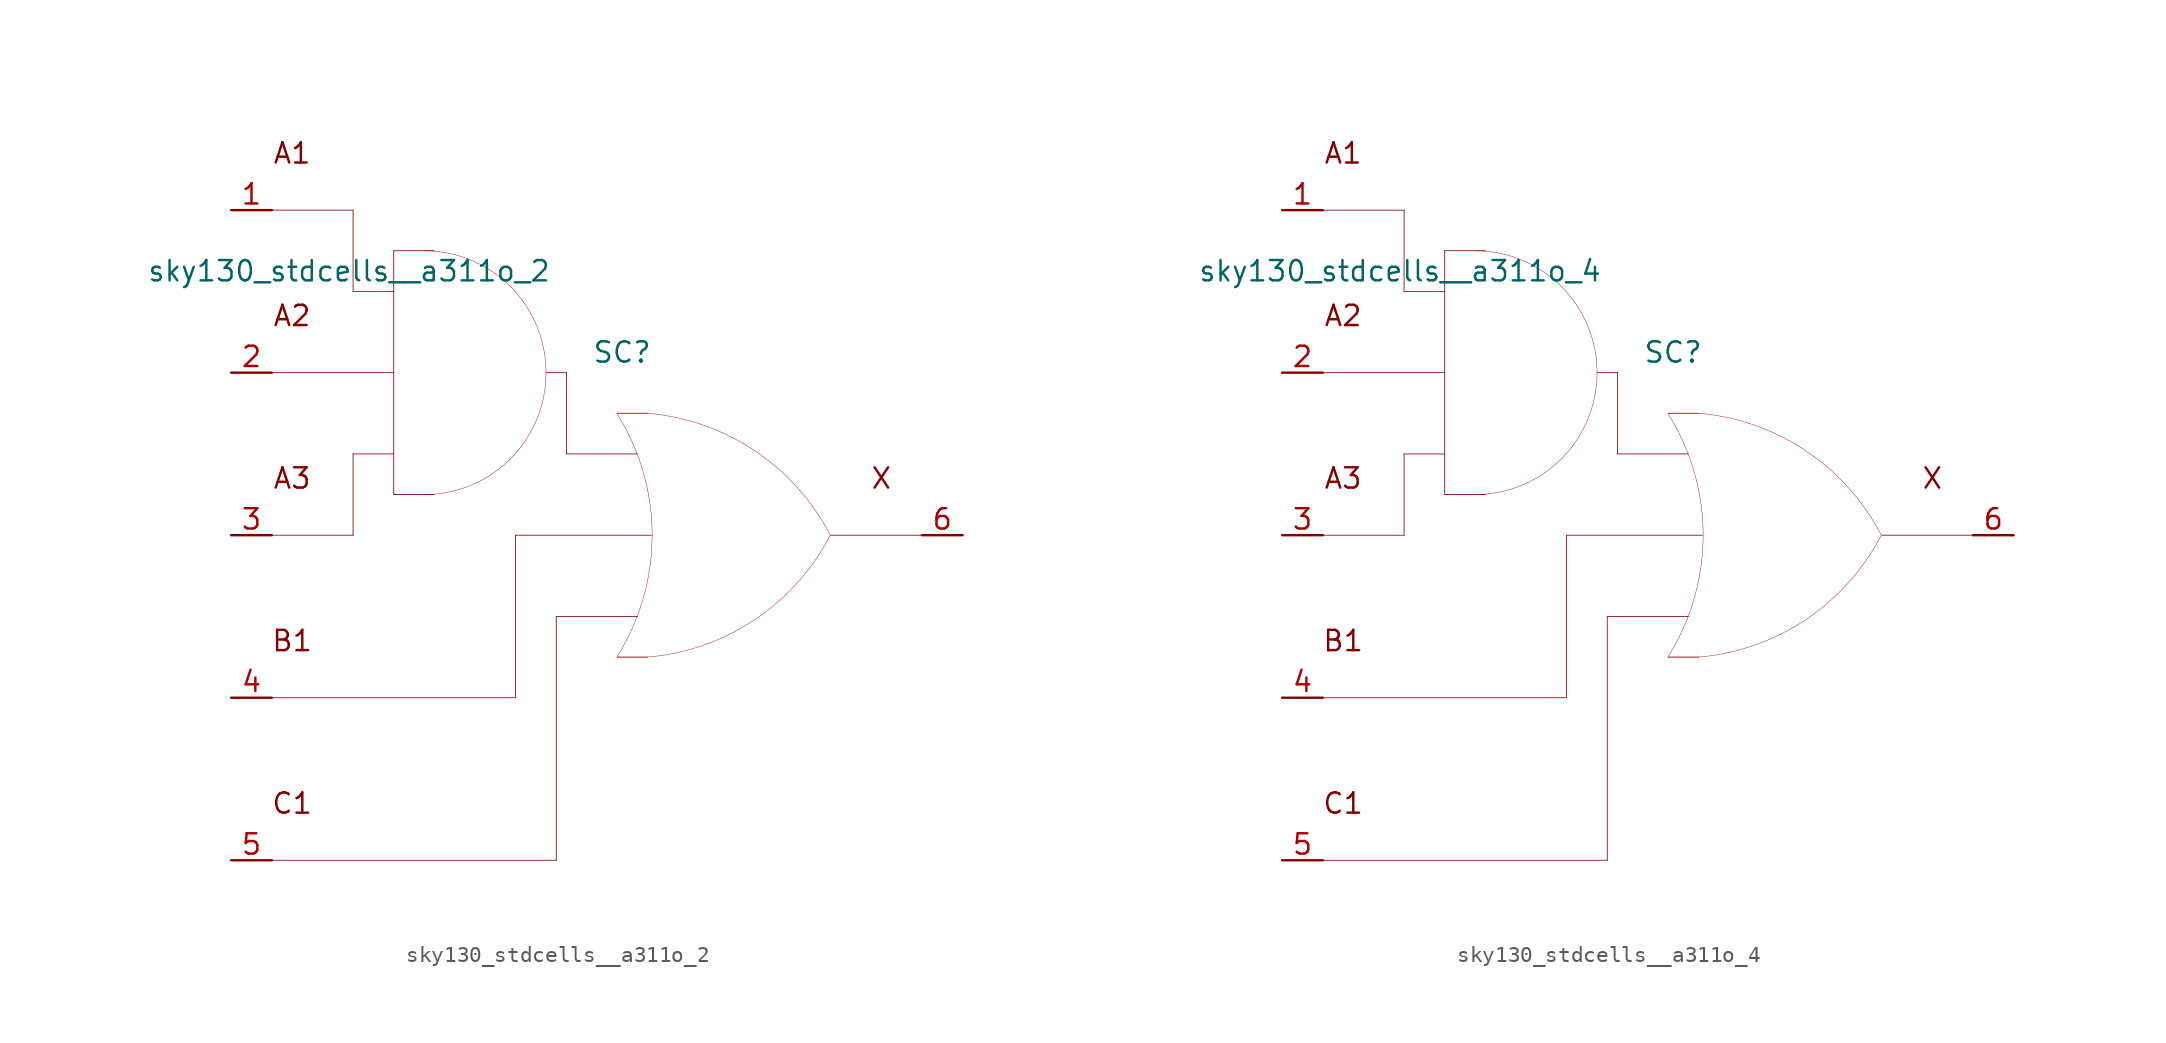
<source format=kicad_sym>
(kicad_symbol_lib
  (version 20211014)
  (generator kicad_symbol_editor)
  (symbol "sky130_stdcells__a311o_2"
    (pin_names hide)
    (property "Reference" "SC"
      (at 1.575 11.43 0)
      (effects (font (size 1.27 1.27))))
    (property "Value" "sky130_stdcells__a311o_2"
      (at -2.845 16.51 0)
      (effects (font (size 1.27 1.27)) (justify right)))
    (symbol "sky130_stdcells__a311o_2_0_0"
      (arc (start -10.795 2.54) (mid -8.8228 2.7996) (end -6.985 3.5609) (stroke (width 0.0254) (type default) (color 0 0 0 0)) (fill (type none)))
      (arc (start -6.985 3.5609) (mid -5.4069 4.7719) (end -4.1959 6.35) (stroke (width 0.0254) (type default) (color 0 0 0 0)) (fill (type none)))
      (arc (start -6.985 16.7591) (mid -8.8228 17.5203) (end -10.795 17.78) (stroke (width 0.0254) (type default) (color 0 0 0 0)) (fill (type none)))
      (arc (start -4.1959 6.35) (mid -3.4347 8.1878) (end -3.175 10.16) (stroke (width 0.0254) (type default) (color 0 0 0 0)) (fill (type none)))
      (arc (start -4.1959 13.97) (mid -5.4069 15.5481) (end -6.985 16.7591) (stroke (width 0.0254) (type default) (color 0 0 0 0)) (fill (type none)))
      (arc (start -3.175 10.16) (mid -3.4346 12.1322) (end -4.1959 13.97) (stroke (width 0.0254) (type default) (color 0 0 0 0)) (fill (type none)))
      (polyline (pts (xy -20.32 -20.32) (xy -2.54 -20.32)) (stroke (width 0.051) (type default) (color 0 0 0 0)) (fill (type none)))
      (polyline (pts (xy -20.32 -10.16) (xy -5.08 -10.16)) (stroke (width 0.051) (type default) (color 0 0 0 0)) (fill (type none)))
      (polyline (pts (xy -20.32 0) (xy -15.24 0)) (stroke (width 0.051) (type default) (color 0 0 0 0)) (fill (type none)))
      (polyline (pts (xy -20.32 10.16) (xy -12.7 10.16)) (stroke (width 0.051) (type default) (color 0 0 0 0)) (fill (type none)))
      (polyline (pts (xy -20.32 20.32) (xy -15.24 20.32)) (stroke (width 0.051) (type default) (color 0 0 0 0)) (fill (type none)))
      (polyline (pts (xy -15.24 5.08) (xy -15.24 0)) (stroke (width 0.051) (type default) (color 0 0 0 0)) (fill (type none)))
      (polyline (pts (xy -15.24 5.08) (xy -12.7 5.08)) (stroke (width 0.051) (type default) (color 0 0 0 0)) (fill (type none)))
      (polyline (pts (xy -15.24 15.24) (xy -12.7 15.24)) (stroke (width 0.051) (type default) (color 0 0 0 0)) (fill (type none)))
      (polyline (pts (xy -15.24 20.32) (xy -15.24 15.24)) (stroke (width 0.051) (type default) (color 0 0 0 0)) (fill (type none)))
      (polyline (pts (xy -12.7 2.54) (xy -10.16 2.54)) (stroke (width 0.051) (type default) (color 0 0 0 0)) (fill (type none)))
      (polyline (pts (xy -12.7 17.78) (xy -12.7 2.54)) (stroke (width 0.051) (type default) (color 0 0 0 0)) (fill (type none)))
      (polyline (pts (xy -12.7 17.78) (xy -10.16 17.78)) (stroke (width 0.051) (type default) (color 0 0 0 0)) (fill (type none)))
      (polyline (pts (xy -5.08 0) (xy -5.08 -10.16)) (stroke (width 0.051) (type default) (color 0 0 0 0)) (fill (type none)))
      (polyline (pts (xy -5.08 0) (xy 3.404 0)) (stroke (width 0.051) (type default) (color 0 0 0 0)) (fill (type none)))
      (polyline (pts (xy -3.175 10.16) (xy -1.905 10.16)) (stroke (width 0.051) (type default) (color 0 0 0 0)) (fill (type none)))
      (polyline (pts (xy -2.54 -5.08) (xy -2.54 -20.32)) (stroke (width 0.051) (type default) (color 0 0 0 0)) (fill (type none)))
      (polyline (pts (xy -2.54 -5.08) (xy 2.54 -5.08)) (stroke (width 0.051) (type default) (color 0 0 0 0)) (fill (type none)))
      (polyline (pts (xy -1.905 5.08) (xy 2.54 5.08)) (stroke (width 0.051) (type default) (color 0 0 0 0)) (fill (type none)))
      (polyline (pts (xy -1.905 10.16) (xy -1.905 5.08)) (stroke (width 0.051) (type default) (color 0 0 0 0)) (fill (type none)))
      (polyline (pts (xy 1.27 -7.62) (xy 3.175 -7.62)) (stroke (width 0.051) (type default) (color 0 0 0 0)) (fill (type none)))
      (polyline (pts (xy 1.27 7.62) (xy 3.175 7.62)) (stroke (width 0.051) (type default) (color 0 0 0 0)) (fill (type none)))
      (polyline (pts (xy 14.605 0) (xy 20.32 0)) (stroke (width 0.051) (type default) (color 0 0 0 0)) (fill (type none)))
      (arc (start 1.2495 -7.6142) (mid 1.907 -6.458) (end 2.4538 -5.2456) (stroke (width 0.0254) (type default) (color 0 0 0 0)) (fill (type none)))
      (arc (start 2.4538 -5.2456) (mid 2.8887 -3.9755) (end 3.202 -2.6701) (stroke (width 0.0254) (type default) (color 0 0 0 0)) (fill (type none)))
      (arc (start 2.472 5.1993) (mid 1.9238 6.4248) (end 1.2627 7.5932) (stroke (width 0.0254) (type default) (color 0 0 0 0)) (fill (type none)))
      (arc (start 3.1446 -7.6231) (mid 9.8386 -5.2986) (end 14.5755 -0.0284) (stroke (width 0.0254) (type default) (color 0 0 0 0)) (fill (type none)))
      (arc (start 3.202 -2.6701) (mid 3.3912 -1.341) (end 3.4544 0) (stroke (width 0.0254) (type default) (color 0 0 0 0)) (fill (type none)))
      (arc (start 3.2066 2.6456) (mid 2.8989 3.9396) (end 2.472 5.1993) (stroke (width 0.0254) (type default) (color 0 0 0 0)) (fill (type none)))
      (arc (start 3.4544 0) (mid 3.3923 1.3286) (end 3.2066 2.6456) (stroke (width 0.0254) (type default) (color 0 0 0 0)) (fill (type none)))
      (arc (start 14.5983 -0.0156) (mid 9.8798 5.271) (end 3.194 7.6189) (stroke (width 0.0254) (type default) (color 0 0 0 0)) (fill (type none)))
      (text "A1" (at -19.05 23.876 0) (effects (font (size 1.27 1.27))))
      (text "A2" (at -19.05 13.716 0) (effects (font (size 1.27 1.27))))
      (text "A3" (at -19.05 3.556 0) (effects (font (size 1.27 1.27))))
      (text "B1" (at -19.05 -6.604 0) (effects (font (size 1.27 1.27))))
      (text "C1" (at -19.05 -16.764 0) (effects (font (size 1.27 1.27))))
      (text "X" (at 17.78 3.556 0) (effects (font (size 1.27 1.27)))))
    (symbol "sky130_stdcells__a311o_2_1_1"
      (pin input line (at -22.86 20.32 0) (length 2.54) (name "A1" (effects (font (size 1.092 1.092)))) (number "1" (effects (font (size 1.27 1.27)))))
      (pin input line (at -22.86 10.16 0) (length 2.54) (name "A2" (effects (font (size 1.092 1.092)))) (number "2" (effects (font (size 1.27 1.27)))))
      (pin input line (at -22.86 0 0) (length 2.54) (name "A3" (effects (font (size 1.092 1.092)))) (number "3" (effects (font (size 1.27 1.27)))))
      (pin input line (at -22.86 -10.16 0) (length 2.54) (name "B1" (effects (font (size 1.092 1.092)))) (number "4" (effects (font (size 1.27 1.27)))))
      (pin input line (at -22.86 -20.32 0) (length 2.54) (name "C1" (effects (font (size 1.092 1.092)))) (number "5" (effects (font (size 1.27 1.27)))))
      (pin output line (at 22.86 0 180) (length 2.54) (name "X" (effects (font (size 1.092 1.092)))) (number "6" (effects (font (size 1.27 1.27)))))))
  (symbol "sky130_stdcells__a311o_4"
    (pin_names hide)
    (property "Reference" "SC"
      (at 1.575 11.43 0)
      (effects (font (size 1.27 1.27))))
    (property "Value" "sky130_stdcells__a311o_4"
      (at -2.845 16.51 0)
      (effects (font (size 1.27 1.27)) (justify right)))
    (symbol "sky130_stdcells__a311o_4_0_0"
      (arc (start -10.795 2.54) (mid -8.8228 2.7996) (end -6.985 3.5609) (stroke (width 0.0254) (type default) (color 0 0 0 0)) (fill (type none)))
      (arc (start -6.985 3.5609) (mid -5.4069 4.7719) (end -4.1959 6.35) (stroke (width 0.0254) (type default) (color 0 0 0 0)) (fill (type none)))
      (arc (start -6.985 16.7591) (mid -8.8228 17.5203) (end -10.795 17.78) (stroke (width 0.0254) (type default) (color 0 0 0 0)) (fill (type none)))
      (arc (start -4.1959 6.35) (mid -3.4347 8.1878) (end -3.175 10.16) (stroke (width 0.0254) (type default) (color 0 0 0 0)) (fill (type none)))
      (arc (start -4.1959 13.97) (mid -5.4069 15.5481) (end -6.985 16.7591) (stroke (width 0.0254) (type default) (color 0 0 0 0)) (fill (type none)))
      (arc (start -3.175 10.16) (mid -3.4346 12.1322) (end -4.1959 13.97) (stroke (width 0.0254) (type default) (color 0 0 0 0)) (fill (type none)))
      (polyline (pts (xy -20.32 -20.32) (xy -2.54 -20.32)) (stroke (width 0.051) (type default) (color 0 0 0 0)) (fill (type none)))
      (polyline (pts (xy -20.32 -10.16) (xy -5.08 -10.16)) (stroke (width 0.051) (type default) (color 0 0 0 0)) (fill (type none)))
      (polyline (pts (xy -20.32 0) (xy -15.24 0)) (stroke (width 0.051) (type default) (color 0 0 0 0)) (fill (type none)))
      (polyline (pts (xy -20.32 10.16) (xy -12.7 10.16)) (stroke (width 0.051) (type default) (color 0 0 0 0)) (fill (type none)))
      (polyline (pts (xy -20.32 20.32) (xy -15.24 20.32)) (stroke (width 0.051) (type default) (color 0 0 0 0)) (fill (type none)))
      (polyline (pts (xy -15.24 5.08) (xy -15.24 0)) (stroke (width 0.051) (type default) (color 0 0 0 0)) (fill (type none)))
      (polyline (pts (xy -15.24 5.08) (xy -12.7 5.08)) (stroke (width 0.051) (type default) (color 0 0 0 0)) (fill (type none)))
      (polyline (pts (xy -15.24 15.24) (xy -12.7 15.24)) (stroke (width 0.051) (type default) (color 0 0 0 0)) (fill (type none)))
      (polyline (pts (xy -15.24 20.32) (xy -15.24 15.24)) (stroke (width 0.051) (type default) (color 0 0 0 0)) (fill (type none)))
      (polyline (pts (xy -12.7 2.54) (xy -10.16 2.54)) (stroke (width 0.051) (type default) (color 0 0 0 0)) (fill (type none)))
      (polyline (pts (xy -12.7 17.78) (xy -12.7 2.54)) (stroke (width 0.051) (type default) (color 0 0 0 0)) (fill (type none)))
      (polyline (pts (xy -12.7 17.78) (xy -10.16 17.78)) (stroke (width 0.051) (type default) (color 0 0 0 0)) (fill (type none)))
      (polyline (pts (xy -5.08 0) (xy -5.08 -10.16)) (stroke (width 0.051) (type default) (color 0 0 0 0)) (fill (type none)))
      (polyline (pts (xy -5.08 0) (xy 3.404 0)) (stroke (width 0.051) (type default) (color 0 0 0 0)) (fill (type none)))
      (polyline (pts (xy -3.175 10.16) (xy -1.905 10.16)) (stroke (width 0.051) (type default) (color 0 0 0 0)) (fill (type none)))
      (polyline (pts (xy -2.54 -5.08) (xy -2.54 -20.32)) (stroke (width 0.051) (type default) (color 0 0 0 0)) (fill (type none)))
      (polyline (pts (xy -2.54 -5.08) (xy 2.54 -5.08)) (stroke (width 0.051) (type default) (color 0 0 0 0)) (fill (type none)))
      (polyline (pts (xy -1.905 5.08) (xy 2.54 5.08)) (stroke (width 0.051) (type default) (color 0 0 0 0)) (fill (type none)))
      (polyline (pts (xy -1.905 10.16) (xy -1.905 5.08)) (stroke (width 0.051) (type default) (color 0 0 0 0)) (fill (type none)))
      (polyline (pts (xy 1.27 -7.62) (xy 3.175 -7.62)) (stroke (width 0.051) (type default) (color 0 0 0 0)) (fill (type none)))
      (polyline (pts (xy 1.27 7.62) (xy 3.175 7.62)) (stroke (width 0.051) (type default) (color 0 0 0 0)) (fill (type none)))
      (polyline (pts (xy 14.605 0) (xy 20.32 0)) (stroke (width 0.051) (type default) (color 0 0 0 0)) (fill (type none)))
      (arc (start 1.2495 -7.6142) (mid 1.907 -6.458) (end 2.4538 -5.2456) (stroke (width 0.0254) (type default) (color 0 0 0 0)) (fill (type none)))
      (arc (start 2.4538 -5.2456) (mid 2.8887 -3.9755) (end 3.202 -2.6701) (stroke (width 0.0254) (type default) (color 0 0 0 0)) (fill (type none)))
      (arc (start 2.472 5.1993) (mid 1.9238 6.4248) (end 1.2627 7.5932) (stroke (width 0.0254) (type default) (color 0 0 0 0)) (fill (type none)))
      (arc (start 3.1446 -7.6231) (mid 9.8386 -5.2986) (end 14.5755 -0.0284) (stroke (width 0.0254) (type default) (color 0 0 0 0)) (fill (type none)))
      (arc (start 3.202 -2.6701) (mid 3.3912 -1.341) (end 3.4544 0) (stroke (width 0.0254) (type default) (color 0 0 0 0)) (fill (type none)))
      (arc (start 3.2066 2.6456) (mid 2.8989 3.9396) (end 2.472 5.1993) (stroke (width 0.0254) (type default) (color 0 0 0 0)) (fill (type none)))
      (arc (start 3.4544 0) (mid 3.3923 1.3286) (end 3.2066 2.6456) (stroke (width 0.0254) (type default) (color 0 0 0 0)) (fill (type none)))
      (arc (start 14.5983 -0.0156) (mid 9.8798 5.271) (end 3.194 7.6189) (stroke (width 0.0254) (type default) (color 0 0 0 0)) (fill (type none)))
      (text "A1" (at -19.05 23.876 0) (effects (font (size 1.27 1.27))))
      (text "A2" (at -19.05 13.716 0) (effects (font (size 1.27 1.27))))
      (text "A3" (at -19.05 3.556 0) (effects (font (size 1.27 1.27))))
      (text "B1" (at -19.05 -6.604 0) (effects (font (size 1.27 1.27))))
      (text "C1" (at -19.05 -16.764 0) (effects (font (size 1.27 1.27))))
      (text "X" (at 17.78 3.556 0) (effects (font (size 1.27 1.27)))))
    (symbol "sky130_stdcells__a311o_4_1_1"
      (pin input line (at -22.86 20.32 0) (length 2.54) (name "A1" (effects (font (size 1.092 1.092)))) (number "1" (effects (font (size 1.27 1.27)))))
      (pin input line (at -22.86 10.16 0) (length 2.54) (name "A2" (effects (font (size 1.092 1.092)))) (number "2" (effects (font (size 1.27 1.27)))))
      (pin input line (at -22.86 0 0) (length 2.54) (name "A3" (effects (font (size 1.092 1.092)))) (number "3" (effects (font (size 1.27 1.27)))))
      (pin input line (at -22.86 -10.16 0) (length 2.54) (name "B1" (effects (font (size 1.092 1.092)))) (number "4" (effects (font (size 1.27 1.27)))))
      (pin input line (at -22.86 -20.32 0) (length 2.54) (name "C1" (effects (font (size 1.092 1.092)))) (number "5" (effects (font (size 1.27 1.27)))))
      (pin output line (at 22.86 0 180) (length 2.54) (name "X" (effects (font (size 1.092 1.092)))) (number "6" (effects (font (size 1.27 1.27))))))))
</source>
